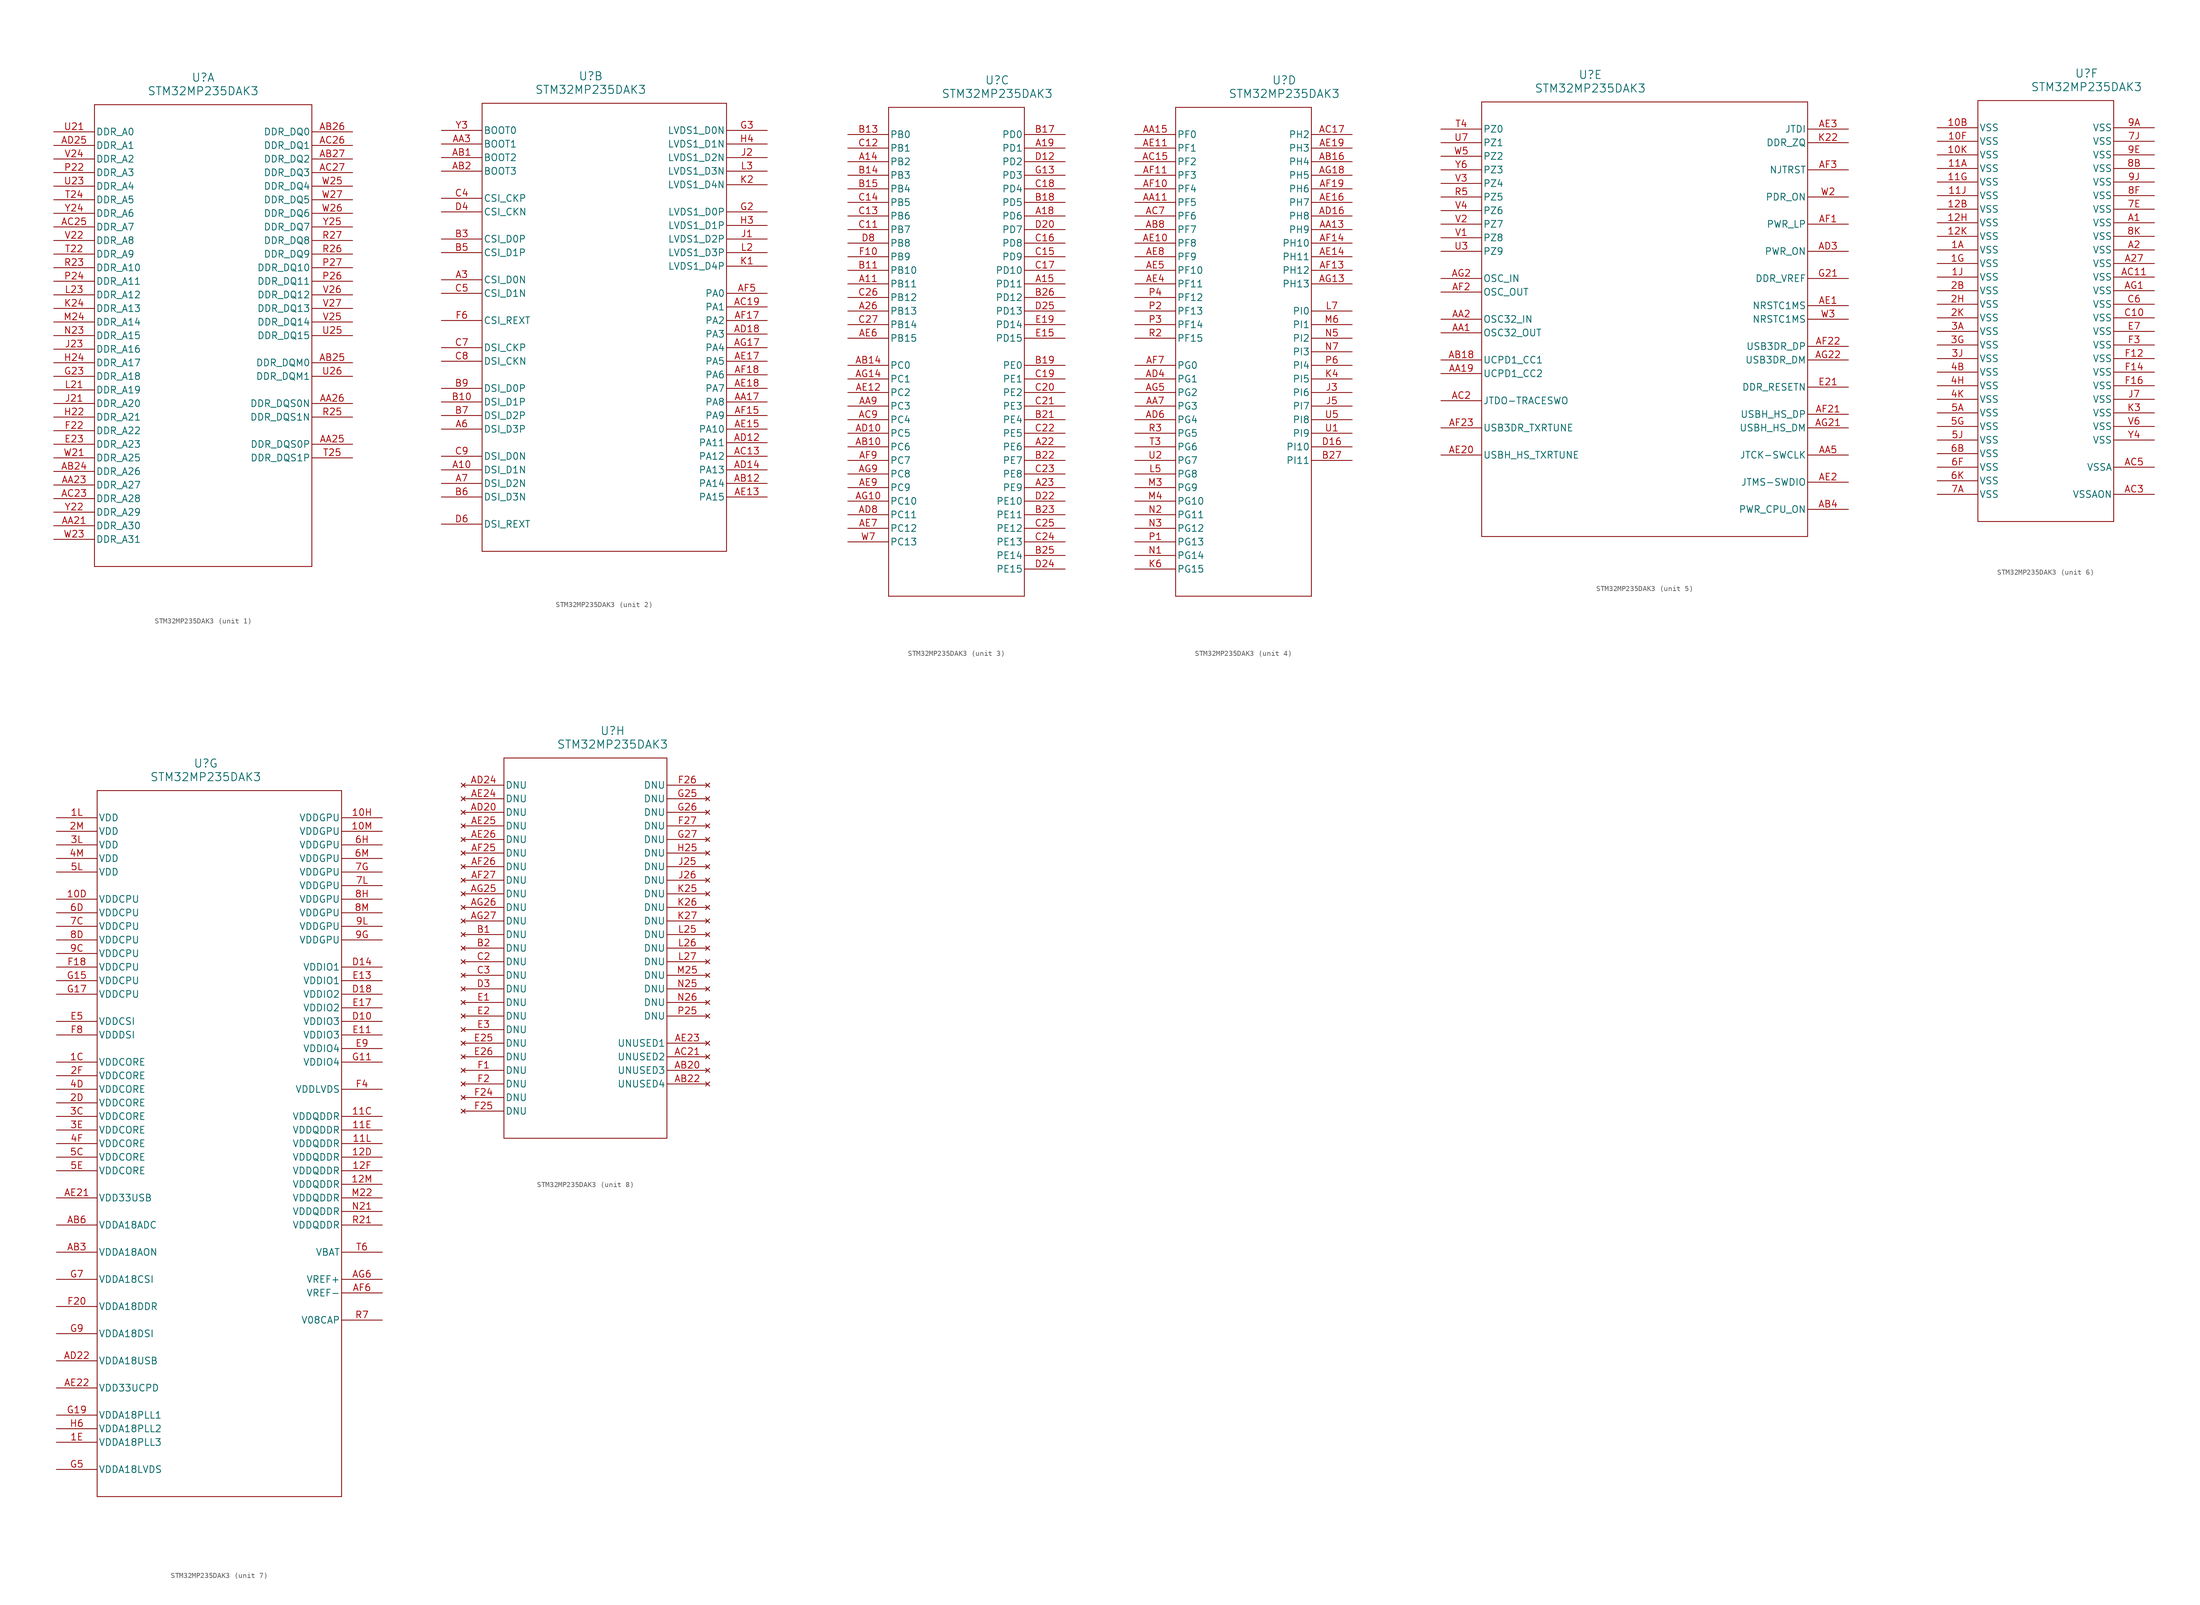
<source format=kicad_sym>
(kicad_symbol_lib
  (version 20211014)
  (generator kicad_symbol_editor)
  (symbol "STM32MP235DAK3"
    (pin_names
      (offset 0.254))
    (property "Reference" "U"
      (at 27.94 10.16 0)
      (effects (font (size 1.524 1.524))))
    (property "Value" "STM32MP235DAK3"
      (at 27.94 7.62 0)
      (effects (font (size 1.524 1.524))))
    (symbol "STM32MP235DAK3_1_1"
      (polyline (pts (xy 7.62 5.08) (xy 7.62 -81.28)) (stroke (width 0) (type default) (color 0 0 0 0)) (fill (type none)))
      (polyline (pts (xy 7.62 -81.28) (xy 48.26 -81.28)) (stroke (width 0) (type default) (color 0 0 0 0)) (fill (type none)))
      (polyline (pts (xy 48.26 -81.28) (xy 48.26 5.08)) (stroke (width 0) (type default) (color 0 0 0 0)) (fill (type none)))
      (polyline (pts (xy 48.26 5.08) (xy 7.62 5.08)) (stroke (width 0) (type default) (color 0 0 0 0)) (fill (type none)))
      (pin bidirectional line (at 0 -73.66 0) (length 7.62) (name "DDR_A30" (effects (font (size 1.27 1.27)))) (number "AA21" (effects (font (size 1.27 1.27)))))
      (pin bidirectional line (at 0 -66.04 0) (length 7.62) (name "DDR_A27" (effects (font (size 1.27 1.27)))) (number "AA23" (effects (font (size 1.27 1.27)))))
      (pin bidirectional line (at 55.88 -58.42 180) (length 7.62) (name "DDR_DQS0P" (effects (font (size 1.27 1.27)))) (number "AA25" (effects (font (size 1.27 1.27)))))
      (pin bidirectional line (at 55.88 -50.8 180) (length 7.62) (name "DDR_DQS0N" (effects (font (size 1.27 1.27)))) (number "AA26" (effects (font (size 1.27 1.27)))))
      (pin bidirectional line (at 0 -63.5 0) (length 7.62) (name "DDR_A26" (effects (font (size 1.27 1.27)))) (number "AB24" (effects (font (size 1.27 1.27)))))
      (pin bidirectional line (at 55.88 -43.18 180) (length 7.62) (name "DDR_DQM0" (effects (font (size 1.27 1.27)))) (number "AB25" (effects (font (size 1.27 1.27)))))
      (pin bidirectional line (at 55.88 0 180) (length 7.62) (name "DDR_DQ0" (effects (font (size 1.27 1.27)))) (number "AB26" (effects (font (size 1.27 1.27)))))
      (pin bidirectional line (at 55.88 -5.08 180) (length 7.62) (name "DDR_DQ2" (effects (font (size 1.27 1.27)))) (number "AB27" (effects (font (size 1.27 1.27)))))
      (pin bidirectional line (at 0 -68.58 0) (length 7.62) (name "DDR_A28" (effects (font (size 1.27 1.27)))) (number "AC23" (effects (font (size 1.27 1.27)))))
      (pin bidirectional line (at 0 -17.78 0) (length 7.62) (name "DDR_A7" (effects (font (size 1.27 1.27)))) (number "AC25" (effects (font (size 1.27 1.27)))))
      (pin bidirectional line (at 55.88 -2.54 180) (length 7.62) (name "DDR_DQ1" (effects (font (size 1.27 1.27)))) (number "AC26" (effects (font (size 1.27 1.27)))))
      (pin bidirectional line (at 55.88 -7.62 180) (length 7.62) (name "DDR_DQ3" (effects (font (size 1.27 1.27)))) (number "AC27" (effects (font (size 1.27 1.27)))))
      (pin bidirectional line (at 0 -2.54 0) (length 7.62) (name "DDR_A1" (effects (font (size 1.27 1.27)))) (number "AD25" (effects (font (size 1.27 1.27)))))
      (pin bidirectional line (at 0 -58.42 0) (length 7.62) (name "DDR_A23" (effects (font (size 1.27 1.27)))) (number "E23" (effects (font (size 1.27 1.27)))))
      (pin bidirectional line (at 0 -55.88 0) (length 7.62) (name "DDR_A22" (effects (font (size 1.27 1.27)))) (number "F22" (effects (font (size 1.27 1.27)))))
      (pin bidirectional line (at 0 -45.72 0) (length 7.62) (name "DDR_A18" (effects (font (size 1.27 1.27)))) (number "G23" (effects (font (size 1.27 1.27)))))
      (pin bidirectional line (at 0 -53.34 0) (length 7.62) (name "DDR_A21" (effects (font (size 1.27 1.27)))) (number "H22" (effects (font (size 1.27 1.27)))))
      (pin bidirectional line (at 0 -43.18 0) (length 7.62) (name "DDR_A17" (effects (font (size 1.27 1.27)))) (number "H24" (effects (font (size 1.27 1.27)))))
      (pin bidirectional line (at 0 -50.8 0) (length 7.62) (name "DDR_A20" (effects (font (size 1.27 1.27)))) (number "J21" (effects (font (size 1.27 1.27)))))
      (pin bidirectional line (at 0 -40.64 0) (length 7.62) (name "DDR_A16" (effects (font (size 1.27 1.27)))) (number "J23" (effects (font (size 1.27 1.27)))))
      (pin bidirectional line (at 0 -33.02 0) (length 7.62) (name "DDR_A13" (effects (font (size 1.27 1.27)))) (number "K24" (effects (font (size 1.27 1.27)))))
      (pin bidirectional line (at 0 -48.26 0) (length 7.62) (name "DDR_A19" (effects (font (size 1.27 1.27)))) (number "L21" (effects (font (size 1.27 1.27)))))
      (pin bidirectional line (at 0 -30.48 0) (length 7.62) (name "DDR_A12" (effects (font (size 1.27 1.27)))) (number "L23" (effects (font (size 1.27 1.27)))))
      (pin bidirectional line (at 0 -35.56 0) (length 7.62) (name "DDR_A14" (effects (font (size 1.27 1.27)))) (number "M24" (effects (font (size 1.27 1.27)))))
      (pin bidirectional line (at 0 -38.1 0) (length 7.62) (name "DDR_A15" (effects (font (size 1.27 1.27)))) (number "N23" (effects (font (size 1.27 1.27)))))
      (pin bidirectional line (at 0 -7.62 0) (length 7.62) (name "DDR_A3" (effects (font (size 1.27 1.27)))) (number "P22" (effects (font (size 1.27 1.27)))))
      (pin bidirectional line (at 0 -27.94 0) (length 7.62) (name "DDR_A11" (effects (font (size 1.27 1.27)))) (number "P24" (effects (font (size 1.27 1.27)))))
      (pin bidirectional line (at 55.88 -27.94 180) (length 7.62) (name "DDR_DQ11" (effects (font (size 1.27 1.27)))) (number "P26" (effects (font (size 1.27 1.27)))))
      (pin bidirectional line (at 55.88 -25.4 180) (length 7.62) (name "DDR_DQ10" (effects (font (size 1.27 1.27)))) (number "P27" (effects (font (size 1.27 1.27)))))
      (pin bidirectional line (at 0 -25.4 0) (length 7.62) (name "DDR_A10" (effects (font (size 1.27 1.27)))) (number "R23" (effects (font (size 1.27 1.27)))))
      (pin bidirectional line (at 55.88 -53.34 180) (length 7.62) (name "DDR_DQS1N" (effects (font (size 1.27 1.27)))) (number "R25" (effects (font (size 1.27 1.27)))))
      (pin bidirectional line (at 55.88 -22.86 180) (length 7.62) (name "DDR_DQ9" (effects (font (size 1.27 1.27)))) (number "R26" (effects (font (size 1.27 1.27)))))
      (pin bidirectional line (at 55.88 -20.32 180) (length 7.62) (name "DDR_DQ8" (effects (font (size 1.27 1.27)))) (number "R27" (effects (font (size 1.27 1.27)))))
      (pin bidirectional line (at 0 -22.86 0) (length 7.62) (name "DDR_A9" (effects (font (size 1.27 1.27)))) (number "T22" (effects (font (size 1.27 1.27)))))
      (pin bidirectional line (at 0 -12.7 0) (length 7.62) (name "DDR_A5" (effects (font (size 1.27 1.27)))) (number "T24" (effects (font (size 1.27 1.27)))))
      (pin bidirectional line (at 55.88 -60.96 180) (length 7.62) (name "DDR_DQS1P" (effects (font (size 1.27 1.27)))) (number "T25" (effects (font (size 1.27 1.27)))))
      (pin bidirectional line (at 0 0 0) (length 7.62) (name "DDR_A0" (effects (font (size 1.27 1.27)))) (number "U21" (effects (font (size 1.27 1.27)))))
      (pin bidirectional line (at 0 -10.16 0) (length 7.62) (name "DDR_A4" (effects (font (size 1.27 1.27)))) (number "U23" (effects (font (size 1.27 1.27)))))
      (pin bidirectional line (at 55.88 -38.1 180) (length 7.62) (name "DDR_DQ15" (effects (font (size 1.27 1.27)))) (number "U25" (effects (font (size 1.27 1.27)))))
      (pin bidirectional line (at 55.88 -45.72 180) (length 7.62) (name "DDR_DQM1" (effects (font (size 1.27 1.27)))) (number "U26" (effects (font (size 1.27 1.27)))))
      (pin bidirectional line (at 0 -20.32 0) (length 7.62) (name "DDR_A8" (effects (font (size 1.27 1.27)))) (number "V22" (effects (font (size 1.27 1.27)))))
      (pin bidirectional line (at 0 -5.08 0) (length 7.62) (name "DDR_A2" (effects (font (size 1.27 1.27)))) (number "V24" (effects (font (size 1.27 1.27)))))
      (pin bidirectional line (at 55.88 -35.56 180) (length 7.62) (name "DDR_DQ14" (effects (font (size 1.27 1.27)))) (number "V25" (effects (font (size 1.27 1.27)))))
      (pin bidirectional line (at 55.88 -30.48 180) (length 7.62) (name "DDR_DQ12" (effects (font (size 1.27 1.27)))) (number "V26" (effects (font (size 1.27 1.27)))))
      (pin bidirectional line (at 55.88 -33.02 180) (length 7.62) (name "DDR_DQ13" (effects (font (size 1.27 1.27)))) (number "V27" (effects (font (size 1.27 1.27)))))
      (pin bidirectional line (at 0 -60.96 0) (length 7.62) (name "DDR_A25" (effects (font (size 1.27 1.27)))) (number "W21" (effects (font (size 1.27 1.27)))))
      (pin bidirectional line (at 0 -76.2 0) (length 7.62) (name "DDR_A31" (effects (font (size 1.27 1.27)))) (number "W23" (effects (font (size 1.27 1.27)))))
      (pin bidirectional line (at 55.88 -10.16 180) (length 7.62) (name "DDR_DQ4" (effects (font (size 1.27 1.27)))) (number "W25" (effects (font (size 1.27 1.27)))))
      (pin bidirectional line (at 55.88 -15.24 180) (length 7.62) (name "DDR_DQ6" (effects (font (size 1.27 1.27)))) (number "W26" (effects (font (size 1.27 1.27)))))
      (pin bidirectional line (at 55.88 -12.7 180) (length 7.62) (name "DDR_DQ5" (effects (font (size 1.27 1.27)))) (number "W27" (effects (font (size 1.27 1.27)))))
      (pin bidirectional line (at 0 -71.12 0) (length 7.62) (name "DDR_A29" (effects (font (size 1.27 1.27)))) (number "Y22" (effects (font (size 1.27 1.27)))))
      (pin bidirectional line (at 0 -15.24 0) (length 7.62) (name "DDR_A6" (effects (font (size 1.27 1.27)))) (number "Y24" (effects (font (size 1.27 1.27)))))
      (pin bidirectional line (at 55.88 -17.78 180) (length 7.62) (name "DDR_DQ7" (effects (font (size 1.27 1.27)))) (number "Y25" (effects (font (size 1.27 1.27))))))
    (symbol "STM32MP235DAK3_2_1"
      (polyline (pts (xy 7.62 5.08) (xy 7.62 -78.74)) (stroke (width 0) (type default) (color 0 0 0 0)) (fill (type none)))
      (polyline (pts (xy 7.62 -78.74) (xy 53.34 -78.74)) (stroke (width 0) (type default) (color 0 0 0 0)) (fill (type none)))
      (polyline (pts (xy 53.34 -78.74) (xy 53.34 5.08)) (stroke (width 0) (type default) (color 0 0 0 0)) (fill (type none)))
      (polyline (pts (xy 53.34 5.08) (xy 7.62 5.08)) (stroke (width 0) (type default) (color 0 0 0 0)) (fill (type none)))
      (pin bidirectional line (at 0 -27.94 0) (length 7.62) (name "CSI_D0N" (effects (font (size 1.27 1.27)))) (number "A3" (effects (font (size 1.27 1.27)))))
      (pin bidirectional line (at 0 -55.88 0) (length 7.62) (name "DSI_D3P" (effects (font (size 1.27 1.27)))) (number "A6" (effects (font (size 1.27 1.27)))))
      (pin bidirectional line (at 0 -66.04 0) (length 7.62) (name "DSI_D2N" (effects (font (size 1.27 1.27)))) (number "A7" (effects (font (size 1.27 1.27)))))
      (pin bidirectional line (at 0 -63.5 0) (length 7.62) (name "DSI_D1N" (effects (font (size 1.27 1.27)))) (number "A10" (effects (font (size 1.27 1.27)))))
      (pin input line (at 0 -2.54 0) (length 7.62) (name "BOOT1" (effects (font (size 1.27 1.27)))) (number "AA3" (effects (font (size 1.27 1.27)))))
      (pin bidirectional line (at 60.96 -50.8 180) (length 7.62) (name "PA8" (effects (font (size 1.27 1.27)))) (number "AA17" (effects (font (size 1.27 1.27)))))
      (pin input line (at 0 -5.08 0) (length 7.62) (name "BOOT2" (effects (font (size 1.27 1.27)))) (number "AB1" (effects (font (size 1.27 1.27)))))
      (pin input line (at 0 -7.62 0) (length 7.62) (name "BOOT3" (effects (font (size 1.27 1.27)))) (number "AB2" (effects (font (size 1.27 1.27)))))
      (pin bidirectional line (at 60.96 -66.04 180) (length 7.62) (name "PA14" (effects (font (size 1.27 1.27)))) (number "AB12" (effects (font (size 1.27 1.27)))))
      (pin bidirectional line (at 60.96 -60.96 180) (length 7.62) (name "PA12" (effects (font (size 1.27 1.27)))) (number "AC13" (effects (font (size 1.27 1.27)))))
      (pin bidirectional line (at 60.96 -33.02 180) (length 7.62) (name "PA1" (effects (font (size 1.27 1.27)))) (number "AC19" (effects (font (size 1.27 1.27)))))
      (pin bidirectional line (at 60.96 -58.42 180) (length 7.62) (name "PA11" (effects (font (size 1.27 1.27)))) (number "AD12" (effects (font (size 1.27 1.27)))))
      (pin bidirectional line (at 60.96 -63.5 180) (length 7.62) (name "PA13" (effects (font (size 1.27 1.27)))) (number "AD14" (effects (font (size 1.27 1.27)))))
      (pin bidirectional line (at 60.96 -38.1 180) (length 7.62) (name "PA3" (effects (font (size 1.27 1.27)))) (number "AD18" (effects (font (size 1.27 1.27)))))
      (pin bidirectional line (at 60.96 -68.58 180) (length 7.62) (name "PA15" (effects (font (size 1.27 1.27)))) (number "AE13" (effects (font (size 1.27 1.27)))))
      (pin bidirectional line (at 60.96 -55.88 180) (length 7.62) (name "PA10" (effects (font (size 1.27 1.27)))) (number "AE15" (effects (font (size 1.27 1.27)))))
      (pin bidirectional line (at 60.96 -43.18 180) (length 7.62) (name "PA5" (effects (font (size 1.27 1.27)))) (number "AE17" (effects (font (size 1.27 1.27)))))
      (pin bidirectional line (at 60.96 -48.26 180) (length 7.62) (name "PA7" (effects (font (size 1.27 1.27)))) (number "AE18" (effects (font (size 1.27 1.27)))))
      (pin bidirectional line (at 60.96 -30.48 180) (length 7.62) (name "PA0" (effects (font (size 1.27 1.27)))) (number "AF5" (effects (font (size 1.27 1.27)))))
      (pin bidirectional line (at 60.96 -53.34 180) (length 7.62) (name "PA9" (effects (font (size 1.27 1.27)))) (number "AF15" (effects (font (size 1.27 1.27)))))
      (pin bidirectional line (at 60.96 -35.56 180) (length 7.62) (name "PA2" (effects (font (size 1.27 1.27)))) (number "AF17" (effects (font (size 1.27 1.27)))))
      (pin bidirectional line (at 60.96 -45.72 180) (length 7.62) (name "PA6" (effects (font (size 1.27 1.27)))) (number "AF18" (effects (font (size 1.27 1.27)))))
      (pin bidirectional line (at 60.96 -40.64 180) (length 7.62) (name "PA4" (effects (font (size 1.27 1.27)))) (number "AG17" (effects (font (size 1.27 1.27)))))
      (pin bidirectional line (at 0 -20.32 0) (length 7.62) (name "CSI_D0P" (effects (font (size 1.27 1.27)))) (number "B3" (effects (font (size 1.27 1.27)))))
      (pin bidirectional line (at 0 -22.86 0) (length 7.62) (name "CSI_D1P" (effects (font (size 1.27 1.27)))) (number "B5" (effects (font (size 1.27 1.27)))))
      (pin bidirectional line (at 0 -68.58 0) (length 7.62) (name "DSI_D3N" (effects (font (size 1.27 1.27)))) (number "B6" (effects (font (size 1.27 1.27)))))
      (pin bidirectional line (at 0 -53.34 0) (length 7.62) (name "DSI_D2P" (effects (font (size 1.27 1.27)))) (number "B7" (effects (font (size 1.27 1.27)))))
      (pin bidirectional line (at 0 -48.26 0) (length 7.62) (name "DSI_D0P" (effects (font (size 1.27 1.27)))) (number "B9" (effects (font (size 1.27 1.27)))))
      (pin bidirectional line (at 0 -50.8 0) (length 7.62) (name "DSI_D1P" (effects (font (size 1.27 1.27)))) (number "B10" (effects (font (size 1.27 1.27)))))
      (pin bidirectional line (at 0 -12.7 0) (length 7.62) (name "CSI_CKP" (effects (font (size 1.27 1.27)))) (number "C4" (effects (font (size 1.27 1.27)))))
      (pin bidirectional line (at 0 -30.48 0) (length 7.62) (name "CSI_D1N" (effects (font (size 1.27 1.27)))) (number "C5" (effects (font (size 1.27 1.27)))))
      (pin bidirectional line (at 0 -40.64 0) (length 7.62) (name "DSI_CKP" (effects (font (size 1.27 1.27)))) (number "C7" (effects (font (size 1.27 1.27)))))
      (pin bidirectional line (at 0 -43.18 0) (length 7.62) (name "DSI_CKN" (effects (font (size 1.27 1.27)))) (number "C8" (effects (font (size 1.27 1.27)))))
      (pin bidirectional line (at 0 -60.96 0) (length 7.62) (name "DSI_D0N" (effects (font (size 1.27 1.27)))) (number "C9" (effects (font (size 1.27 1.27)))))
      (pin bidirectional line (at 0 -15.24 0) (length 7.62) (name "CSI_CKN" (effects (font (size 1.27 1.27)))) (number "D4" (effects (font (size 1.27 1.27)))))
      (pin bidirectional line (at 0 -73.66 0) (length 7.62) (name "DSI_REXT" (effects (font (size 1.27 1.27)))) (number "D6" (effects (font (size 1.27 1.27)))))
      (pin bidirectional line (at 0 -35.56 0) (length 7.62) (name "CSI_REXT" (effects (font (size 1.27 1.27)))) (number "F6" (effects (font (size 1.27 1.27)))))
      (pin bidirectional line (at 60.96 -15.24 180) (length 7.62) (name "LVDS1_D0P" (effects (font (size 1.27 1.27)))) (number "G2" (effects (font (size 1.27 1.27)))))
      (pin bidirectional line (at 60.96 0 180) (length 7.62) (name "LVDS1_D0N" (effects (font (size 1.27 1.27)))) (number "G3" (effects (font (size 1.27 1.27)))))
      (pin bidirectional line (at 60.96 -17.78 180) (length 7.62) (name "LVDS1_D1P" (effects (font (size 1.27 1.27)))) (number "H3" (effects (font (size 1.27 1.27)))))
      (pin bidirectional line (at 60.96 -2.54 180) (length 7.62) (name "LVDS1_D1N" (effects (font (size 1.27 1.27)))) (number "H4" (effects (font (size 1.27 1.27)))))
      (pin bidirectional line (at 60.96 -20.32 180) (length 7.62) (name "LVDS1_D2P" (effects (font (size 1.27 1.27)))) (number "J1" (effects (font (size 1.27 1.27)))))
      (pin bidirectional line (at 60.96 -5.08 180) (length 7.62) (name "LVDS1_D2N" (effects (font (size 1.27 1.27)))) (number "J2" (effects (font (size 1.27 1.27)))))
      (pin bidirectional line (at 60.96 -25.4 180) (length 7.62) (name "LVDS1_D4P" (effects (font (size 1.27 1.27)))) (number "K1" (effects (font (size 1.27 1.27)))))
      (pin bidirectional line (at 60.96 -10.16 180) (length 7.62) (name "LVDS1_D4N" (effects (font (size 1.27 1.27)))) (number "K2" (effects (font (size 1.27 1.27)))))
      (pin bidirectional line (at 60.96 -22.86 180) (length 7.62) (name "LVDS1_D3P" (effects (font (size 1.27 1.27)))) (number "L2" (effects (font (size 1.27 1.27)))))
      (pin bidirectional line (at 60.96 -7.62 180) (length 7.62) (name "LVDS1_D3N" (effects (font (size 1.27 1.27)))) (number "L3" (effects (font (size 1.27 1.27)))))
      (pin input line (at 0 0 0) (length 7.62) (name "BOOT0" (effects (font (size 1.27 1.27)))) (number "Y3" (effects (font (size 1.27 1.27))))))
    (symbol "STM32MP235DAK3_3_1"
      (polyline (pts (xy 7.62 5.08) (xy 7.62 -86.36)) (stroke (width 0) (type default) (color 0 0 0 0)) (fill (type none)))
      (polyline (pts (xy 7.62 -86.36) (xy 33.02 -86.36)) (stroke (width 0) (type default) (color 0 0 0 0)) (fill (type none)))
      (polyline (pts (xy 33.02 -86.36) (xy 33.02 5.08)) (stroke (width 0) (type default) (color 0 0 0 0)) (fill (type none)))
      (polyline (pts (xy 33.02 5.08) (xy 7.62 5.08)) (stroke (width 0) (type default) (color 0 0 0 0)) (fill (type none)))
      (pin bidirectional line (at 0 -27.94 0) (length 7.62) (name "PB11" (effects (font (size 1.27 1.27)))) (number "A11" (effects (font (size 1.27 1.27)))))
      (pin bidirectional line (at 0 -5.08 0) (length 7.62) (name "PB2" (effects (font (size 1.27 1.27)))) (number "A14" (effects (font (size 1.27 1.27)))))
      (pin bidirectional line (at 40.64 -27.94 180) (length 7.62) (name "PD11" (effects (font (size 1.27 1.27)))) (number "A15" (effects (font (size 1.27 1.27)))))
      (pin bidirectional line (at 40.64 -15.24 180) (length 7.62) (name "PD6" (effects (font (size 1.27 1.27)))) (number "A18" (effects (font (size 1.27 1.27)))))
      (pin bidirectional line (at 40.64 -2.54 180) (length 7.62) (name "PD1" (effects (font (size 1.27 1.27)))) (number "A19" (effects (font (size 1.27 1.27)))))
      (pin bidirectional line (at 40.64 -58.42 180) (length 7.62) (name "PE6" (effects (font (size 1.27 1.27)))) (number "A22" (effects (font (size 1.27 1.27)))))
      (pin bidirectional line (at 40.64 -66.04 180) (length 7.62) (name "PE9" (effects (font (size 1.27 1.27)))) (number "A23" (effects (font (size 1.27 1.27)))))
      (pin bidirectional line (at 0 -33.02 0) (length 7.62) (name "PB13" (effects (font (size 1.27 1.27)))) (number "A26" (effects (font (size 1.27 1.27)))))
      (pin bidirectional line (at 0 -50.8 0) (length 7.62) (name "PC3" (effects (font (size 1.27 1.27)))) (number "AA9" (effects (font (size 1.27 1.27)))))
      (pin bidirectional line (at 0 -58.42 0) (length 7.62) (name "PC6" (effects (font (size 1.27 1.27)))) (number "AB10" (effects (font (size 1.27 1.27)))))
      (pin bidirectional line (at 0 -43.18 0) (length 7.62) (name "PC0" (effects (font (size 1.27 1.27)))) (number "AB14" (effects (font (size 1.27 1.27)))))
      (pin bidirectional line (at 0 -53.34 0) (length 7.62) (name "PC4" (effects (font (size 1.27 1.27)))) (number "AC9" (effects (font (size 1.27 1.27)))))
      (pin bidirectional line (at 0 -71.12 0) (length 7.62) (name "PC11" (effects (font (size 1.27 1.27)))) (number "AD8" (effects (font (size 1.27 1.27)))))
      (pin bidirectional line (at 0 -55.88 0) (length 7.62) (name "PC5" (effects (font (size 1.27 1.27)))) (number "AD10" (effects (font (size 1.27 1.27)))))
      (pin bidirectional line (at 0 -38.1 0) (length 7.62) (name "PB15" (effects (font (size 1.27 1.27)))) (number "AE6" (effects (font (size 1.27 1.27)))))
      (pin bidirectional line (at 0 -73.66 0) (length 7.62) (name "PC12" (effects (font (size 1.27 1.27)))) (number "AE7" (effects (font (size 1.27 1.27)))))
      (pin bidirectional line (at 0 -66.04 0) (length 7.62) (name "PC9" (effects (font (size 1.27 1.27)))) (number "AE9" (effects (font (size 1.27 1.27)))))
      (pin bidirectional line (at 0 -48.26 0) (length 7.62) (name "PC2" (effects (font (size 1.27 1.27)))) (number "AE12" (effects (font (size 1.27 1.27)))))
      (pin bidirectional line (at 0 -60.96 0) (length 7.62) (name "PC7" (effects (font (size 1.27 1.27)))) (number "AF9" (effects (font (size 1.27 1.27)))))
      (pin bidirectional line (at 0 -63.5 0) (length 7.62) (name "PC8" (effects (font (size 1.27 1.27)))) (number "AG9" (effects (font (size 1.27 1.27)))))
      (pin bidirectional line (at 0 -68.58 0) (length 7.62) (name "PC10" (effects (font (size 1.27 1.27)))) (number "AG10" (effects (font (size 1.27 1.27)))))
      (pin bidirectional line (at 0 -45.72 0) (length 7.62) (name "PC1" (effects (font (size 1.27 1.27)))) (number "AG14" (effects (font (size 1.27 1.27)))))
      (pin bidirectional line (at 0 -25.4 0) (length 7.62) (name "PB10" (effects (font (size 1.27 1.27)))) (number "B11" (effects (font (size 1.27 1.27)))))
      (pin bidirectional line (at 0 0 0) (length 7.62) (name "PB0" (effects (font (size 1.27 1.27)))) (number "B13" (effects (font (size 1.27 1.27)))))
      (pin bidirectional line (at 0 -7.62 0) (length 7.62) (name "PB3" (effects (font (size 1.27 1.27)))) (number "B14" (effects (font (size 1.27 1.27)))))
      (pin bidirectional line (at 0 -10.16 0) (length 7.62) (name "PB4" (effects (font (size 1.27 1.27)))) (number "B15" (effects (font (size 1.27 1.27)))))
      (pin bidirectional line (at 40.64 0 180) (length 7.62) (name "PD0" (effects (font (size 1.27 1.27)))) (number "B17" (effects (font (size 1.27 1.27)))))
      (pin bidirectional line (at 40.64 -12.7 180) (length 7.62) (name "PD5" (effects (font (size 1.27 1.27)))) (number "B18" (effects (font (size 1.27 1.27)))))
      (pin bidirectional line (at 40.64 -43.18 180) (length 7.62) (name "PE0" (effects (font (size 1.27 1.27)))) (number "B19" (effects (font (size 1.27 1.27)))))
      (pin bidirectional line (at 40.64 -53.34 180) (length 7.62) (name "PE4" (effects (font (size 1.27 1.27)))) (number "B21" (effects (font (size 1.27 1.27)))))
      (pin bidirectional line (at 40.64 -60.96 180) (length 7.62) (name "PE7" (effects (font (size 1.27 1.27)))) (number "B22" (effects (font (size 1.27 1.27)))))
      (pin bidirectional line (at 40.64 -71.12 180) (length 7.62) (name "PE11" (effects (font (size 1.27 1.27)))) (number "B23" (effects (font (size 1.27 1.27)))))
      (pin bidirectional line (at 40.64 -78.74 180) (length 7.62) (name "PE14" (effects (font (size 1.27 1.27)))) (number "B25" (effects (font (size 1.27 1.27)))))
      (pin bidirectional line (at 40.64 -30.48 180) (length 7.62) (name "PD12" (effects (font (size 1.27 1.27)))) (number "B26" (effects (font (size 1.27 1.27)))))
      (pin bidirectional line (at 0 -17.78 0) (length 7.62) (name "PB7" (effects (font (size 1.27 1.27)))) (number "C11" (effects (font (size 1.27 1.27)))))
      (pin bidirectional line (at 0 -2.54 0) (length 7.62) (name "PB1" (effects (font (size 1.27 1.27)))) (number "C12" (effects (font (size 1.27 1.27)))))
      (pin bidirectional line (at 0 -15.24 0) (length 7.62) (name "PB6" (effects (font (size 1.27 1.27)))) (number "C13" (effects (font (size 1.27 1.27)))))
      (pin bidirectional line (at 0 -12.7 0) (length 7.62) (name "PB5" (effects (font (size 1.27 1.27)))) (number "C14" (effects (font (size 1.27 1.27)))))
      (pin bidirectional line (at 40.64 -22.86 180) (length 7.62) (name "PD9" (effects (font (size 1.27 1.27)))) (number "C15" (effects (font (size 1.27 1.27)))))
      (pin bidirectional line (at 40.64 -20.32 180) (length 7.62) (name "PD8" (effects (font (size 1.27 1.27)))) (number "C16" (effects (font (size 1.27 1.27)))))
      (pin bidirectional line (at 40.64 -25.4 180) (length 7.62) (name "PD10" (effects (font (size 1.27 1.27)))) (number "C17" (effects (font (size 1.27 1.27)))))
      (pin bidirectional line (at 40.64 -10.16 180) (length 7.62) (name "PD4" (effects (font (size 1.27 1.27)))) (number "C18" (effects (font (size 1.27 1.27)))))
      (pin bidirectional line (at 40.64 -45.72 180) (length 7.62) (name "PE1" (effects (font (size 1.27 1.27)))) (number "C19" (effects (font (size 1.27 1.27)))))
      (pin bidirectional line (at 40.64 -48.26 180) (length 7.62) (name "PE2" (effects (font (size 1.27 1.27)))) (number "C20" (effects (font (size 1.27 1.27)))))
      (pin bidirectional line (at 40.64 -50.8 180) (length 7.62) (name "PE3" (effects (font (size 1.27 1.27)))) (number "C21" (effects (font (size 1.27 1.27)))))
      (pin bidirectional line (at 40.64 -55.88 180) (length 7.62) (name "PE5" (effects (font (size 1.27 1.27)))) (number "C22" (effects (font (size 1.27 1.27)))))
      (pin bidirectional line (at 40.64 -63.5 180) (length 7.62) (name "PE8" (effects (font (size 1.27 1.27)))) (number "C23" (effects (font (size 1.27 1.27)))))
      (pin bidirectional line (at 40.64 -76.2 180) (length 7.62) (name "PE13" (effects (font (size 1.27 1.27)))) (number "C24" (effects (font (size 1.27 1.27)))))
      (pin bidirectional line (at 40.64 -73.66 180) (length 7.62) (name "PE12" (effects (font (size 1.27 1.27)))) (number "C25" (effects (font (size 1.27 1.27)))))
      (pin bidirectional line (at 0 -30.48 0) (length 7.62) (name "PB12" (effects (font (size 1.27 1.27)))) (number "C26" (effects (font (size 1.27 1.27)))))
      (pin bidirectional line (at 0 -35.56 0) (length 7.62) (name "PB14" (effects (font (size 1.27 1.27)))) (number "C27" (effects (font (size 1.27 1.27)))))
      (pin bidirectional line (at 0 -20.32 0) (length 7.62) (name "PB8" (effects (font (size 1.27 1.27)))) (number "D8" (effects (font (size 1.27 1.27)))))
      (pin bidirectional line (at 40.64 -5.08 180) (length 7.62) (name "PD2" (effects (font (size 1.27 1.27)))) (number "D12" (effects (font (size 1.27 1.27)))))
      (pin bidirectional line (at 40.64 -17.78 180) (length 7.62) (name "PD7" (effects (font (size 1.27 1.27)))) (number "D20" (effects (font (size 1.27 1.27)))))
      (pin bidirectional line (at 40.64 -68.58 180) (length 7.62) (name "PE10" (effects (font (size 1.27 1.27)))) (number "D22" (effects (font (size 1.27 1.27)))))
      (pin bidirectional line (at 40.64 -81.28 180) (length 7.62) (name "PE15" (effects (font (size 1.27 1.27)))) (number "D24" (effects (font (size 1.27 1.27)))))
      (pin bidirectional line (at 40.64 -33.02 180) (length 7.62) (name "PD13" (effects (font (size 1.27 1.27)))) (number "D25" (effects (font (size 1.27 1.27)))))
      (pin bidirectional line (at 40.64 -38.1 180) (length 7.62) (name "PD15" (effects (font (size 1.27 1.27)))) (number "E15" (effects (font (size 1.27 1.27)))))
      (pin bidirectional line (at 40.64 -35.56 180) (length 7.62) (name "PD14" (effects (font (size 1.27 1.27)))) (number "E19" (effects (font (size 1.27 1.27)))))
      (pin bidirectional line (at 0 -22.86 0) (length 7.62) (name "PB9" (effects (font (size 1.27 1.27)))) (number "F10" (effects (font (size 1.27 1.27)))))
      (pin bidirectional line (at 40.64 -7.62 180) (length 7.62) (name "PD3" (effects (font (size 1.27 1.27)))) (number "G13" (effects (font (size 1.27 1.27)))))
      (pin bidirectional line (at 0 -76.2 0) (length 7.62) (name "PC13" (effects (font (size 1.27 1.27)))) (number "W7" (effects (font (size 1.27 1.27))))))
    (symbol "STM32MP235DAK3_4_1"
      (polyline (pts (xy 7.62 5.08) (xy 7.62 -86.36)) (stroke (width 0) (type default) (color 0 0 0 0)) (fill (type none)))
      (polyline (pts (xy 7.62 -86.36) (xy 33.02 -86.36)) (stroke (width 0) (type default) (color 0 0 0 0)) (fill (type none)))
      (polyline (pts (xy 33.02 -86.36) (xy 33.02 5.08)) (stroke (width 0) (type default) (color 0 0 0 0)) (fill (type none)))
      (polyline (pts (xy 33.02 5.08) (xy 7.62 5.08)) (stroke (width 0) (type default) (color 0 0 0 0)) (fill (type none)))
      (pin bidirectional line (at 0 -50.8 0) (length 7.62) (name "PG3" (effects (font (size 1.27 1.27)))) (number "AA7" (effects (font (size 1.27 1.27)))))
      (pin bidirectional line (at 0 -12.7 0) (length 7.62) (name "PF5" (effects (font (size 1.27 1.27)))) (number "AA11" (effects (font (size 1.27 1.27)))))
      (pin bidirectional line (at 40.64 -17.78 180) (length 7.62) (name "PH9" (effects (font (size 1.27 1.27)))) (number "AA13" (effects (font (size 1.27 1.27)))))
      (pin bidirectional line (at 0 0 0) (length 7.62) (name "PF0" (effects (font (size 1.27 1.27)))) (number "AA15" (effects (font (size 1.27 1.27)))))
      (pin bidirectional line (at 0 -17.78 0) (length 7.62) (name "PF7" (effects (font (size 1.27 1.27)))) (number "AB8" (effects (font (size 1.27 1.27)))))
      (pin bidirectional line (at 40.64 -5.08 180) (length 7.62) (name "PH4" (effects (font (size 1.27 1.27)))) (number "AB16" (effects (font (size 1.27 1.27)))))
      (pin bidirectional line (at 0 -15.24 0) (length 7.62) (name "PF6" (effects (font (size 1.27 1.27)))) (number "AC7" (effects (font (size 1.27 1.27)))))
      (pin bidirectional line (at 0 -5.08 0) (length 7.62) (name "PF2" (effects (font (size 1.27 1.27)))) (number "AC15" (effects (font (size 1.27 1.27)))))
      (pin bidirectional line (at 40.64 0 180) (length 7.62) (name "PH2" (effects (font (size 1.27 1.27)))) (number "AC17" (effects (font (size 1.27 1.27)))))
      (pin bidirectional line (at 0 -45.72 0) (length 7.62) (name "PG1" (effects (font (size 1.27 1.27)))) (number "AD4" (effects (font (size 1.27 1.27)))))
      (pin bidirectional line (at 0 -53.34 0) (length 7.62) (name "PG4" (effects (font (size 1.27 1.27)))) (number "AD6" (effects (font (size 1.27 1.27)))))
      (pin bidirectional line (at 40.64 -15.24 180) (length 7.62) (name "PH8" (effects (font (size 1.27 1.27)))) (number "AD16" (effects (font (size 1.27 1.27)))))
      (pin bidirectional line (at 0 -27.94 0) (length 7.62) (name "PF11" (effects (font (size 1.27 1.27)))) (number "AE4" (effects (font (size 1.27 1.27)))))
      (pin bidirectional line (at 0 -25.4 0) (length 7.62) (name "PF10" (effects (font (size 1.27 1.27)))) (number "AE5" (effects (font (size 1.27 1.27)))))
      (pin bidirectional line (at 0 -22.86 0) (length 7.62) (name "PF9" (effects (font (size 1.27 1.27)))) (number "AE8" (effects (font (size 1.27 1.27)))))
      (pin bidirectional line (at 0 -20.32 0) (length 7.62) (name "PF8" (effects (font (size 1.27 1.27)))) (number "AE10" (effects (font (size 1.27 1.27)))))
      (pin bidirectional line (at 0 -2.54 0) (length 7.62) (name "PF1" (effects (font (size 1.27 1.27)))) (number "AE11" (effects (font (size 1.27 1.27)))))
      (pin bidirectional line (at 40.64 -22.86 180) (length 7.62) (name "PH11" (effects (font (size 1.27 1.27)))) (number "AE14" (effects (font (size 1.27 1.27)))))
      (pin bidirectional line (at 40.64 -12.7 180) (length 7.62) (name "PH7" (effects (font (size 1.27 1.27)))) (number "AE16" (effects (font (size 1.27 1.27)))))
      (pin bidirectional line (at 40.64 -2.54 180) (length 7.62) (name "PH3" (effects (font (size 1.27 1.27)))) (number "AE19" (effects (font (size 1.27 1.27)))))
      (pin bidirectional line (at 0 -43.18 0) (length 7.62) (name "PG0" (effects (font (size 1.27 1.27)))) (number "AF7" (effects (font (size 1.27 1.27)))))
      (pin bidirectional line (at 0 -10.16 0) (length 7.62) (name "PF4" (effects (font (size 1.27 1.27)))) (number "AF10" (effects (font (size 1.27 1.27)))))
      (pin bidirectional line (at 0 -7.62 0) (length 7.62) (name "PF3" (effects (font (size 1.27 1.27)))) (number "AF11" (effects (font (size 1.27 1.27)))))
      (pin bidirectional line (at 40.64 -25.4 180) (length 7.62) (name "PH12" (effects (font (size 1.27 1.27)))) (number "AF13" (effects (font (size 1.27 1.27)))))
      (pin bidirectional line (at 40.64 -20.32 180) (length 7.62) (name "PH10" (effects (font (size 1.27 1.27)))) (number "AF14" (effects (font (size 1.27 1.27)))))
      (pin bidirectional line (at 40.64 -10.16 180) (length 7.62) (name "PH6" (effects (font (size 1.27 1.27)))) (number "AF19" (effects (font (size 1.27 1.27)))))
      (pin bidirectional line (at 0 -48.26 0) (length 7.62) (name "PG2" (effects (font (size 1.27 1.27)))) (number "AG5" (effects (font (size 1.27 1.27)))))
      (pin bidirectional line (at 40.64 -27.94 180) (length 7.62) (name "PH13" (effects (font (size 1.27 1.27)))) (number "AG13" (effects (font (size 1.27 1.27)))))
      (pin bidirectional line (at 40.64 -7.62 180) (length 7.62) (name "PH5" (effects (font (size 1.27 1.27)))) (number "AG18" (effects (font (size 1.27 1.27)))))
      (pin bidirectional line (at 40.64 -60.96 180) (length 7.62) (name "PI11" (effects (font (size 1.27 1.27)))) (number "B27" (effects (font (size 1.27 1.27)))))
      (pin bidirectional line (at 40.64 -58.42 180) (length 7.62) (name "PI10" (effects (font (size 1.27 1.27)))) (number "D16" (effects (font (size 1.27 1.27)))))
      (pin bidirectional line (at 40.64 -48.26 180) (length 7.62) (name "PI6" (effects (font (size 1.27 1.27)))) (number "J3" (effects (font (size 1.27 1.27)))))
      (pin bidirectional line (at 40.64 -50.8 180) (length 7.62) (name "PI7" (effects (font (size 1.27 1.27)))) (number "J5" (effects (font (size 1.27 1.27)))))
      (pin bidirectional line (at 40.64 -45.72 180) (length 7.62) (name "PI5" (effects (font (size 1.27 1.27)))) (number "K4" (effects (font (size 1.27 1.27)))))
      (pin bidirectional line (at 0 -81.28 0) (length 7.62) (name "PG15" (effects (font (size 1.27 1.27)))) (number "K6" (effects (font (size 1.27 1.27)))))
      (pin bidirectional line (at 0 -63.5 0) (length 7.62) (name "PG8" (effects (font (size 1.27 1.27)))) (number "L5" (effects (font (size 1.27 1.27)))))
      (pin bidirectional line (at 40.64 -33.02 180) (length 7.62) (name "PI0" (effects (font (size 1.27 1.27)))) (number "L7" (effects (font (size 1.27 1.27)))))
      (pin bidirectional line (at 0 -66.04 0) (length 7.62) (name "PG9" (effects (font (size 1.27 1.27)))) (number "M3" (effects (font (size 1.27 1.27)))))
      (pin bidirectional line (at 0 -68.58 0) (length 7.62) (name "PG10" (effects (font (size 1.27 1.27)))) (number "M4" (effects (font (size 1.27 1.27)))))
      (pin bidirectional line (at 40.64 -35.56 180) (length 7.62) (name "PI1" (effects (font (size 1.27 1.27)))) (number "M6" (effects (font (size 1.27 1.27)))))
      (pin bidirectional line (at 0 -78.74 0) (length 7.62) (name "PG14" (effects (font (size 1.27 1.27)))) (number "N1" (effects (font (size 1.27 1.27)))))
      (pin bidirectional line (at 0 -71.12 0) (length 7.62) (name "PG11" (effects (font (size 1.27 1.27)))) (number "N2" (effects (font (size 1.27 1.27)))))
      (pin bidirectional line (at 0 -73.66 0) (length 7.62) (name "PG12" (effects (font (size 1.27 1.27)))) (number "N3" (effects (font (size 1.27 1.27)))))
      (pin bidirectional line (at 40.64 -38.1 180) (length 7.62) (name "PI2" (effects (font (size 1.27 1.27)))) (number "N5" (effects (font (size 1.27 1.27)))))
      (pin bidirectional line (at 40.64 -40.64 180) (length 7.62) (name "PI3" (effects (font (size 1.27 1.27)))) (number "N7" (effects (font (size 1.27 1.27)))))
      (pin bidirectional line (at 0 -76.2 0) (length 7.62) (name "PG13" (effects (font (size 1.27 1.27)))) (number "P1" (effects (font (size 1.27 1.27)))))
      (pin bidirectional line (at 0 -33.02 0) (length 7.62) (name "PF13" (effects (font (size 1.27 1.27)))) (number "P2" (effects (font (size 1.27 1.27)))))
      (pin bidirectional line (at 0 -35.56 0) (length 7.62) (name "PF14" (effects (font (size 1.27 1.27)))) (number "P3" (effects (font (size 1.27 1.27)))))
      (pin bidirectional line (at 0 -30.48 0) (length 7.62) (name "PF12" (effects (font (size 1.27 1.27)))) (number "P4" (effects (font (size 1.27 1.27)))))
      (pin bidirectional line (at 40.64 -43.18 180) (length 7.62) (name "PI4" (effects (font (size 1.27 1.27)))) (number "P6" (effects (font (size 1.27 1.27)))))
      (pin bidirectional line (at 0 -38.1 0) (length 7.62) (name "PF15" (effects (font (size 1.27 1.27)))) (number "R2" (effects (font (size 1.27 1.27)))))
      (pin bidirectional line (at 0 -55.88 0) (length 7.62) (name "PG5" (effects (font (size 1.27 1.27)))) (number "R3" (effects (font (size 1.27 1.27)))))
      (pin bidirectional line (at 0 -58.42 0) (length 7.62) (name "PG6" (effects (font (size 1.27 1.27)))) (number "T3" (effects (font (size 1.27 1.27)))))
      (pin bidirectional line (at 40.64 -55.88 180) (length 7.62) (name "PI9" (effects (font (size 1.27 1.27)))) (number "U1" (effects (font (size 1.27 1.27)))))
      (pin bidirectional line (at 0 -60.96 0) (length 7.62) (name "PG7" (effects (font (size 1.27 1.27)))) (number "U2" (effects (font (size 1.27 1.27)))))
      (pin bidirectional line (at 40.64 -53.34 180) (length 7.62) (name "PI8" (effects (font (size 1.27 1.27)))) (number "U5" (effects (font (size 1.27 1.27))))))
    (symbol "STM32MP235DAK3_5_1"
      (polyline (pts (xy 7.62 5.08) (xy 7.62 -76.2)) (stroke (width 0) (type default) (color 0 0 0 0)) (fill (type none)))
      (polyline (pts (xy 7.62 -76.2) (xy 68.58 -76.2)) (stroke (width 0) (type default) (color 0 0 0 0)) (fill (type none)))
      (polyline (pts (xy 68.58 -76.2) (xy 68.58 5.08)) (stroke (width 0) (type default) (color 0 0 0 0)) (fill (type none)))
      (polyline (pts (xy 68.58 5.08) (xy 7.62 5.08)) (stroke (width 0) (type default) (color 0 0 0 0)) (fill (type none)))
      (pin output line (at 0 -38.1 0) (length 7.62) (name "OSC32_OUT" (effects (font (size 1.27 1.27)))) (number "AA1" (effects (font (size 1.27 1.27)))))
      (pin input line (at 0 -35.56 0) (length 7.62) (name "OSC32_IN" (effects (font (size 1.27 1.27)))) (number "AA2" (effects (font (size 1.27 1.27)))))
      (pin bidirectional line (at 76.2 -60.96 180) (length 7.62) (name "JTCK-SWCLK" (effects (font (size 1.27 1.27)))) (number "AA5" (effects (font (size 1.27 1.27)))))
      (pin bidirectional line (at 0 -45.72 0) (length 7.62) (name "UCPD1_CC2" (effects (font (size 1.27 1.27)))) (number "AA19" (effects (font (size 1.27 1.27)))))
      (pin bidirectional line (at 76.2 -71.12 180) (length 7.62) (name "PWR_CPU_ON" (effects (font (size 1.27 1.27)))) (number "AB4" (effects (font (size 1.27 1.27)))))
      (pin bidirectional line (at 0 -43.18 0) (length 7.62) (name "UCPD1_CC1" (effects (font (size 1.27 1.27)))) (number "AB18" (effects (font (size 1.27 1.27)))))
      (pin bidirectional line (at 0 -50.8 0) (length 7.62) (name "JTDO-TRACESWO" (effects (font (size 1.27 1.27)))) (number "AC2" (effects (font (size 1.27 1.27)))))
      (pin bidirectional line (at 76.2 -22.86 180) (length 7.62) (name "PWR_ON" (effects (font (size 1.27 1.27)))) (number "AD3" (effects (font (size 1.27 1.27)))))
      (pin bidirectional line (at 76.2 -33.02 180) (length 7.62) (name "NRSTC1MS" (effects (font (size 1.27 1.27)))) (number "AE1" (effects (font (size 1.27 1.27)))))
      (pin bidirectional line (at 76.2 -66.04 180) (length 7.62) (name "JTMS-SWDIO" (effects (font (size 1.27 1.27)))) (number "AE2" (effects (font (size 1.27 1.27)))))
      (pin bidirectional line (at 76.2 0 180) (length 7.62) (name "JTDI" (effects (font (size 1.27 1.27)))) (number "AE3" (effects (font (size 1.27 1.27)))))
      (pin bidirectional line (at 0 -60.96 0) (length 7.62) (name "USBH_HS_TXRTUNE" (effects (font (size 1.27 1.27)))) (number "AE20" (effects (font (size 1.27 1.27)))))
      (pin bidirectional line (at 76.2 -17.78 180) (length 7.62) (name "PWR_LP" (effects (font (size 1.27 1.27)))) (number "AF1" (effects (font (size 1.27 1.27)))))
      (pin output line (at 0 -30.48 0) (length 7.62) (name "OSC_OUT" (effects (font (size 1.27 1.27)))) (number "AF2" (effects (font (size 1.27 1.27)))))
      (pin bidirectional line (at 76.2 -7.62 180) (length 7.62) (name "NJTRST" (effects (font (size 1.27 1.27)))) (number "AF3" (effects (font (size 1.27 1.27)))))
      (pin bidirectional line (at 76.2 -53.34 180) (length 7.62) (name "USBH_HS_DP" (effects (font (size 1.27 1.27)))) (number "AF21" (effects (font (size 1.27 1.27)))))
      (pin bidirectional line (at 76.2 -40.64 180) (length 7.62) (name "USB3DR_DP" (effects (font (size 1.27 1.27)))) (number "AF22" (effects (font (size 1.27 1.27)))))
      (pin bidirectional line (at 0 -55.88 0) (length 7.62) (name "USB3DR_TXRTUNE" (effects (font (size 1.27 1.27)))) (number "AF23" (effects (font (size 1.27 1.27)))))
      (pin input line (at 0 -27.94 0) (length 7.62) (name "OSC_IN" (effects (font (size 1.27 1.27)))) (number "AG2" (effects (font (size 1.27 1.27)))))
      (pin bidirectional line (at 76.2 -55.88 180) (length 7.62) (name "USBH_HS_DM" (effects (font (size 1.27 1.27)))) (number "AG21" (effects (font (size 1.27 1.27)))))
      (pin bidirectional line (at 76.2 -43.18 180) (length 7.62) (name "USB3DR_DM" (effects (font (size 1.27 1.27)))) (number "AG22" (effects (font (size 1.27 1.27)))))
      (pin bidirectional line (at 76.2 -48.26 180) (length 7.62) (name "DDR_RESETN" (effects (font (size 1.27 1.27)))) (number "E21" (effects (font (size 1.27 1.27)))))
      (pin bidirectional line (at 76.2 -27.94 180) (length 7.62) (name "DDR_VREF" (effects (font (size 1.27 1.27)))) (number "G21" (effects (font (size 1.27 1.27)))))
      (pin bidirectional line (at 76.2 -2.54 180) (length 7.62) (name "DDR_ZQ" (effects (font (size 1.27 1.27)))) (number "K22" (effects (font (size 1.27 1.27)))))
      (pin bidirectional line (at 0 -12.7 0) (length 7.62) (name "PZ5" (effects (font (size 1.27 1.27)))) (number "R5" (effects (font (size 1.27 1.27)))))
      (pin bidirectional line (at 0 0 0) (length 7.62) (name "PZ0" (effects (font (size 1.27 1.27)))) (number "T4" (effects (font (size 1.27 1.27)))))
      (pin bidirectional line (at 0 -22.86 0) (length 7.62) (name "PZ9" (effects (font (size 1.27 1.27)))) (number "U3" (effects (font (size 1.27 1.27)))))
      (pin bidirectional line (at 0 -2.54 0) (length 7.62) (name "PZ1" (effects (font (size 1.27 1.27)))) (number "U7" (effects (font (size 1.27 1.27)))))
      (pin bidirectional line (at 0 -20.32 0) (length 7.62) (name "PZ8" (effects (font (size 1.27 1.27)))) (number "V1" (effects (font (size 1.27 1.27)))))
      (pin bidirectional line (at 0 -17.78 0) (length 7.62) (name "PZ7" (effects (font (size 1.27 1.27)))) (number "V2" (effects (font (size 1.27 1.27)))))
      (pin bidirectional line (at 0 -10.16 0) (length 7.62) (name "PZ4" (effects (font (size 1.27 1.27)))) (number "V3" (effects (font (size 1.27 1.27)))))
      (pin bidirectional line (at 0 -15.24 0) (length 7.62) (name "PZ6" (effects (font (size 1.27 1.27)))) (number "V4" (effects (font (size 1.27 1.27)))))
      (pin bidirectional line (at 76.2 -12.7 180) (length 7.62) (name "PDR_ON" (effects (font (size 1.27 1.27)))) (number "W2" (effects (font (size 1.27 1.27)))))
      (pin bidirectional line (at 76.2 -35.56 180) (length 7.62) (name "NRSTC1MS" (effects (font (size 1.27 1.27)))) (number "W3" (effects (font (size 1.27 1.27)))))
      (pin bidirectional line (at 0 -5.08 0) (length 7.62) (name "PZ2" (effects (font (size 1.27 1.27)))) (number "W5" (effects (font (size 1.27 1.27)))))
      (pin bidirectional line (at 0 -7.62 0) (length 7.62) (name "PZ3" (effects (font (size 1.27 1.27)))) (number "Y6" (effects (font (size 1.27 1.27))))))
    (symbol "STM32MP235DAK3_6_1"
      (polyline (pts (xy 7.62 5.08) (xy 7.62 -73.66)) (stroke (width 0) (type default) (color 0 0 0 0)) (fill (type none)))
      (polyline (pts (xy 7.62 -73.66) (xy 33.02 -73.66)) (stroke (width 0) (type default) (color 0 0 0 0)) (fill (type none)))
      (polyline (pts (xy 33.02 -73.66) (xy 33.02 5.08)) (stroke (width 0) (type default) (color 0 0 0 0)) (fill (type none)))
      (polyline (pts (xy 33.02 5.08) (xy 7.62 5.08)) (stroke (width 0) (type default) (color 0 0 0 0)) (fill (type none)))
      (pin power_in line (at 0 0 0) (length 7.62) (name "VSS" (effects (font (size 1.27 1.27)))) (number "10B" (effects (font (size 1.27 1.27)))))
      (pin power_in line (at 0 -2.54 0) (length 7.62) (name "VSS" (effects (font (size 1.27 1.27)))) (number "10F" (effects (font (size 1.27 1.27)))))
      (pin power_in line (at 0 -5.08 0) (length 7.62) (name "VSS" (effects (font (size 1.27 1.27)))) (number "10K" (effects (font (size 1.27 1.27)))))
      (pin power_in line (at 0 -7.62 0) (length 7.62) (name "VSS" (effects (font (size 1.27 1.27)))) (number "11A" (effects (font (size 1.27 1.27)))))
      (pin power_in line (at 0 -10.16 0) (length 7.62) (name "VSS" (effects (font (size 1.27 1.27)))) (number "11G" (effects (font (size 1.27 1.27)))))
      (pin power_in line (at 0 -12.7 0) (length 7.62) (name "VSS" (effects (font (size 1.27 1.27)))) (number "11J" (effects (font (size 1.27 1.27)))))
      (pin power_in line (at 0 -15.24 0) (length 7.62) (name "VSS" (effects (font (size 1.27 1.27)))) (number "12B" (effects (font (size 1.27 1.27)))))
      (pin power_in line (at 0 -17.78 0) (length 7.62) (name "VSS" (effects (font (size 1.27 1.27)))) (number "12H" (effects (font (size 1.27 1.27)))))
      (pin power_in line (at 0 -20.32 0) (length 7.62) (name "VSS" (effects (font (size 1.27 1.27)))) (number "12K" (effects (font (size 1.27 1.27)))))
      (pin power_in line (at 0 -22.86 0) (length 7.62) (name "VSS" (effects (font (size 1.27 1.27)))) (number "1A" (effects (font (size 1.27 1.27)))))
      (pin power_in line (at 0 -25.4 0) (length 7.62) (name "VSS" (effects (font (size 1.27 1.27)))) (number "1G" (effects (font (size 1.27 1.27)))))
      (pin power_in line (at 0 -27.94 0) (length 7.62) (name "VSS" (effects (font (size 1.27 1.27)))) (number "1J" (effects (font (size 1.27 1.27)))))
      (pin power_in line (at 0 -30.48 0) (length 7.62) (name "VSS" (effects (font (size 1.27 1.27)))) (number "2B" (effects (font (size 1.27 1.27)))))
      (pin power_in line (at 0 -33.02 0) (length 7.62) (name "VSS" (effects (font (size 1.27 1.27)))) (number "2H" (effects (font (size 1.27 1.27)))))
      (pin power_in line (at 0 -35.56 0) (length 7.62) (name "VSS" (effects (font (size 1.27 1.27)))) (number "2K" (effects (font (size 1.27 1.27)))))
      (pin power_in line (at 0 -38.1 0) (length 7.62) (name "VSS" (effects (font (size 1.27 1.27)))) (number "3A" (effects (font (size 1.27 1.27)))))
      (pin power_in line (at 0 -40.64 0) (length 7.62) (name "VSS" (effects (font (size 1.27 1.27)))) (number "3G" (effects (font (size 1.27 1.27)))))
      (pin power_in line (at 0 -43.18 0) (length 7.62) (name "VSS" (effects (font (size 1.27 1.27)))) (number "3J" (effects (font (size 1.27 1.27)))))
      (pin power_in line (at 0 -45.72 0) (length 7.62) (name "VSS" (effects (font (size 1.27 1.27)))) (number "4B" (effects (font (size 1.27 1.27)))))
      (pin power_in line (at 0 -48.26 0) (length 7.62) (name "VSS" (effects (font (size 1.27 1.27)))) (number "4H" (effects (font (size 1.27 1.27)))))
      (pin power_in line (at 0 -50.8 0) (length 7.62) (name "VSS" (effects (font (size 1.27 1.27)))) (number "4K" (effects (font (size 1.27 1.27)))))
      (pin power_in line (at 0 -53.34 0) (length 7.62) (name "VSS" (effects (font (size 1.27 1.27)))) (number "5A" (effects (font (size 1.27 1.27)))))
      (pin power_in line (at 0 -55.88 0) (length 7.62) (name "VSS" (effects (font (size 1.27 1.27)))) (number "5G" (effects (font (size 1.27 1.27)))))
      (pin power_in line (at 0 -58.42 0) (length 7.62) (name "VSS" (effects (font (size 1.27 1.27)))) (number "5J" (effects (font (size 1.27 1.27)))))
      (pin power_in line (at 0 -60.96 0) (length 7.62) (name "VSS" (effects (font (size 1.27 1.27)))) (number "6B" (effects (font (size 1.27 1.27)))))
      (pin power_in line (at 0 -63.5 0) (length 7.62) (name "VSS" (effects (font (size 1.27 1.27)))) (number "6F" (effects (font (size 1.27 1.27)))))
      (pin power_in line (at 0 -66.04 0) (length 7.62) (name "VSS" (effects (font (size 1.27 1.27)))) (number "6K" (effects (font (size 1.27 1.27)))))
      (pin power_in line (at 0 -68.58 0) (length 7.62) (name "VSS" (effects (font (size 1.27 1.27)))) (number "7A" (effects (font (size 1.27 1.27)))))
      (pin power_in line (at 40.64 -15.24 180) (length 7.62) (name "VSS" (effects (font (size 1.27 1.27)))) (number "7E" (effects (font (size 1.27 1.27)))))
      (pin power_in line (at 40.64 -2.54 180) (length 7.62) (name "VSS" (effects (font (size 1.27 1.27)))) (number "7J" (effects (font (size 1.27 1.27)))))
      (pin power_in line (at 40.64 -7.62 180) (length 7.62) (name "VSS" (effects (font (size 1.27 1.27)))) (number "8B" (effects (font (size 1.27 1.27)))))
      (pin power_in line (at 40.64 -12.7 180) (length 7.62) (name "VSS" (effects (font (size 1.27 1.27)))) (number "8F" (effects (font (size 1.27 1.27)))))
      (pin power_in line (at 40.64 -20.32 180) (length 7.62) (name "VSS" (effects (font (size 1.27 1.27)))) (number "8K" (effects (font (size 1.27 1.27)))))
      (pin power_in line (at 40.64 0 180) (length 7.62) (name "VSS" (effects (font (size 1.27 1.27)))) (number "9A" (effects (font (size 1.27 1.27)))))
      (pin power_in line (at 40.64 -5.08 180) (length 7.62) (name "VSS" (effects (font (size 1.27 1.27)))) (number "9E" (effects (font (size 1.27 1.27)))))
      (pin power_in line (at 40.64 -10.16 180) (length 7.62) (name "VSS" (effects (font (size 1.27 1.27)))) (number "9J" (effects (font (size 1.27 1.27)))))
      (pin power_in line (at 40.64 -17.78 180) (length 7.62) (name "VSS" (effects (font (size 1.27 1.27)))) (number "A1" (effects (font (size 1.27 1.27)))))
      (pin power_in line (at 40.64 -22.86 180) (length 7.62) (name "VSS" (effects (font (size 1.27 1.27)))) (number "A2" (effects (font (size 1.27 1.27)))))
      (pin power_in line (at 40.64 -25.4 180) (length 7.62) (name "VSS" (effects (font (size 1.27 1.27)))) (number "A27" (effects (font (size 1.27 1.27)))))
      (pin power_in line (at 40.64 -68.58 180) (length 7.62) (name "VSSAON" (effects (font (size 1.27 1.27)))) (number "AC3" (effects (font (size 1.27 1.27)))))
      (pin power_in line (at 40.64 -63.5 180) (length 7.62) (name "VSSA" (effects (font (size 1.27 1.27)))) (number "AC5" (effects (font (size 1.27 1.27)))))
      (pin power_in line (at 40.64 -27.94 180) (length 7.62) (name "VSS" (effects (font (size 1.27 1.27)))) (number "AC11" (effects (font (size 1.27 1.27)))))
      (pin power_in line (at 40.64 -30.48 180) (length 7.62) (name "VSS" (effects (font (size 1.27 1.27)))) (number "AG1" (effects (font (size 1.27 1.27)))))
      (pin power_in line (at 40.64 -33.02 180) (length 7.62) (name "VSS" (effects (font (size 1.27 1.27)))) (number "C6" (effects (font (size 1.27 1.27)))))
      (pin power_in line (at 40.64 -35.56 180) (length 7.62) (name "VSS" (effects (font (size 1.27 1.27)))) (number "C10" (effects (font (size 1.27 1.27)))))
      (pin power_in line (at 40.64 -38.1 180) (length 7.62) (name "VSS" (effects (font (size 1.27 1.27)))) (number "E7" (effects (font (size 1.27 1.27)))))
      (pin power_in line (at 40.64 -40.64 180) (length 7.62) (name "VSS" (effects (font (size 1.27 1.27)))) (number "F3" (effects (font (size 1.27 1.27)))))
      (pin power_in line (at 40.64 -43.18 180) (length 7.62) (name "VSS" (effects (font (size 1.27 1.27)))) (number "F12" (effects (font (size 1.27 1.27)))))
      (pin power_in line (at 40.64 -45.72 180) (length 7.62) (name "VSS" (effects (font (size 1.27 1.27)))) (number "F14" (effects (font (size 1.27 1.27)))))
      (pin power_in line (at 40.64 -48.26 180) (length 7.62) (name "VSS" (effects (font (size 1.27 1.27)))) (number "F16" (effects (font (size 1.27 1.27)))))
      (pin power_in line (at 40.64 -50.8 180) (length 7.62) (name "VSS" (effects (font (size 1.27 1.27)))) (number "J7" (effects (font (size 1.27 1.27)))))
      (pin power_in line (at 40.64 -53.34 180) (length 7.62) (name "VSS" (effects (font (size 1.27 1.27)))) (number "K3" (effects (font (size 1.27 1.27)))))
      (pin power_in line (at 40.64 -55.88 180) (length 7.62) (name "VSS" (effects (font (size 1.27 1.27)))) (number "V6" (effects (font (size 1.27 1.27)))))
      (pin power_in line (at 40.64 -58.42 180) (length 7.62) (name "VSS" (effects (font (size 1.27 1.27)))) (number "Y4" (effects (font (size 1.27 1.27))))))
    (symbol "STM32MP235DAK3_7_1"
      (polyline (pts (xy 7.62 5.08) (xy 7.62 -127)) (stroke (width 0) (type default) (color 0 0 0 0)) (fill (type none)))
      (polyline (pts (xy 7.62 -127) (xy 53.34 -127)) (stroke (width 0) (type default) (color 0 0 0 0)) (fill (type none)))
      (polyline (pts (xy 53.34 -127) (xy 53.34 5.08)) (stroke (width 0) (type default) (color 0 0 0 0)) (fill (type none)))
      (polyline (pts (xy 53.34 5.08) (xy 7.62 5.08)) (stroke (width 0) (type default) (color 0 0 0 0)) (fill (type none)))
      (pin power_in line (at 0 -15.24 0) (length 7.62) (name "VDDCPU" (effects (font (size 1.27 1.27)))) (number "10D" (effects (font (size 1.27 1.27)))))
      (pin power_in line (at 60.96 0 180) (length 7.62) (name "VDDGPU" (effects (font (size 1.27 1.27)))) (number "10H" (effects (font (size 1.27 1.27)))))
      (pin power_in line (at 60.96 -2.54 180) (length 7.62) (name "VDDGPU" (effects (font (size 1.27 1.27)))) (number "10M" (effects (font (size 1.27 1.27)))))
      (pin power_in line (at 60.96 -55.88 180) (length 7.62) (name "VDDQDDR" (effects (font (size 1.27 1.27)))) (number "11C" (effects (font (size 1.27 1.27)))))
      (pin power_in line (at 60.96 -58.42 180) (length 7.62) (name "VDDQDDR" (effects (font (size 1.27 1.27)))) (number "11E" (effects (font (size 1.27 1.27)))))
      (pin power_in line (at 60.96 -60.96 180) (length 7.62) (name "VDDQDDR" (effects (font (size 1.27 1.27)))) (number "11L" (effects (font (size 1.27 1.27)))))
      (pin power_in line (at 60.96 -63.5 180) (length 7.62) (name "VDDQDDR" (effects (font (size 1.27 1.27)))) (number "12D" (effects (font (size 1.27 1.27)))))
      (pin power_in line (at 60.96 -66.04 180) (length 7.62) (name "VDDQDDR" (effects (font (size 1.27 1.27)))) (number "12F" (effects (font (size 1.27 1.27)))))
      (pin power_in line (at 60.96 -68.58 180) (length 7.62) (name "VDDQDDR" (effects (font (size 1.27 1.27)))) (number "12M" (effects (font (size 1.27 1.27)))))
      (pin power_in line (at 0 -45.72 0) (length 7.62) (name "VDDCORE" (effects (font (size 1.27 1.27)))) (number "1C" (effects (font (size 1.27 1.27)))))
      (pin power_in line (at 0 -116.84 0) (length 7.62) (name "VDDA18PLL3" (effects (font (size 1.27 1.27)))) (number "1E" (effects (font (size 1.27 1.27)))))
      (pin power_in line (at 0 0 0) (length 7.62) (name "VDD" (effects (font (size 1.27 1.27)))) (number "1L" (effects (font (size 1.27 1.27)))))
      (pin power_in line (at 0 -53.34 0) (length 7.62) (name "VDDCORE" (effects (font (size 1.27 1.27)))) (number "2D" (effects (font (size 1.27 1.27)))))
      (pin power_in line (at 0 -48.26 0) (length 7.62) (name "VDDCORE" (effects (font (size 1.27 1.27)))) (number "2F" (effects (font (size 1.27 1.27)))))
      (pin power_in line (at 0 -2.54 0) (length 7.62) (name "VDD" (effects (font (size 1.27 1.27)))) (number "2M" (effects (font (size 1.27 1.27)))))
      (pin power_in line (at 0 -55.88 0) (length 7.62) (name "VDDCORE" (effects (font (size 1.27 1.27)))) (number "3C" (effects (font (size 1.27 1.27)))))
      (pin power_in line (at 0 -58.42 0) (length 7.62) (name "VDDCORE" (effects (font (size 1.27 1.27)))) (number "3E" (effects (font (size 1.27 1.27)))))
      (pin power_in line (at 0 -5.08 0) (length 7.62) (name "VDD" (effects (font (size 1.27 1.27)))) (number "3L" (effects (font (size 1.27 1.27)))))
      (pin power_in line (at 0 -50.8 0) (length 7.62) (name "VDDCORE" (effects (font (size 1.27 1.27)))) (number "4D" (effects (font (size 1.27 1.27)))))
      (pin power_in line (at 0 -60.96 0) (length 7.62) (name "VDDCORE" (effects (font (size 1.27 1.27)))) (number "4F" (effects (font (size 1.27 1.27)))))
      (pin power_in line (at 0 -7.62 0) (length 7.62) (name "VDD" (effects (font (size 1.27 1.27)))) (number "4M" (effects (font (size 1.27 1.27)))))
      (pin power_in line (at 0 -63.5 0) (length 7.62) (name "VDDCORE" (effects (font (size 1.27 1.27)))) (number "5C" (effects (font (size 1.27 1.27)))))
      (pin power_in line (at 0 -66.04 0) (length 7.62) (name "VDDCORE" (effects (font (size 1.27 1.27)))) (number "5E" (effects (font (size 1.27 1.27)))))
      (pin power_in line (at 0 -10.16 0) (length 7.62) (name "VDD" (effects (font (size 1.27 1.27)))) (number "5L" (effects (font (size 1.27 1.27)))))
      (pin power_in line (at 0 -17.78 0) (length 7.62) (name "VDDCPU" (effects (font (size 1.27 1.27)))) (number "6D" (effects (font (size 1.27 1.27)))))
      (pin power_in line (at 60.96 -5.08 180) (length 7.62) (name "VDDGPU" (effects (font (size 1.27 1.27)))) (number "6H" (effects (font (size 1.27 1.27)))))
      (pin power_in line (at 60.96 -7.62 180) (length 7.62) (name "VDDGPU" (effects (font (size 1.27 1.27)))) (number "6M" (effects (font (size 1.27 1.27)))))
      (pin power_in line (at 0 -20.32 0) (length 7.62) (name "VDDCPU" (effects (font (size 1.27 1.27)))) (number "7C" (effects (font (size 1.27 1.27)))))
      (pin power_in line (at 60.96 -10.16 180) (length 7.62) (name "VDDGPU" (effects (font (size 1.27 1.27)))) (number "7G" (effects (font (size 1.27 1.27)))))
      (pin power_in line (at 60.96 -12.7 180) (length 7.62) (name "VDDGPU" (effects (font (size 1.27 1.27)))) (number "7L" (effects (font (size 1.27 1.27)))))
      (pin power_in line (at 0 -22.86 0) (length 7.62) (name "VDDCPU" (effects (font (size 1.27 1.27)))) (number "8D" (effects (font (size 1.27 1.27)))))
      (pin power_in line (at 60.96 -15.24 180) (length 7.62) (name "VDDGPU" (effects (font (size 1.27 1.27)))) (number "8H" (effects (font (size 1.27 1.27)))))
      (pin power_in line (at 60.96 -17.78 180) (length 7.62) (name "VDDGPU" (effects (font (size 1.27 1.27)))) (number "8M" (effects (font (size 1.27 1.27)))))
      (pin power_in line (at 0 -25.4 0) (length 7.62) (name "VDDCPU" (effects (font (size 1.27 1.27)))) (number "9C" (effects (font (size 1.27 1.27)))))
      (pin power_in line (at 60.96 -22.86 180) (length 7.62) (name "VDDGPU" (effects (font (size 1.27 1.27)))) (number "9G" (effects (font (size 1.27 1.27)))))
      (pin power_in line (at 60.96 -20.32 180) (length 7.62) (name "VDDGPU" (effects (font (size 1.27 1.27)))) (number "9L" (effects (font (size 1.27 1.27)))))
      (pin power_in line (at 0 -81.28 0) (length 7.62) (name "VDDA18AON" (effects (font (size 1.27 1.27)))) (number "AB3" (effects (font (size 1.27 1.27)))))
      (pin power_in line (at 0 -76.2 0) (length 7.62) (name "VDDA18ADC" (effects (font (size 1.27 1.27)))) (number "AB6" (effects (font (size 1.27 1.27)))))
      (pin power_in line (at 0 -101.6 0) (length 7.62) (name "VDDA18USB" (effects (font (size 1.27 1.27)))) (number "AD22" (effects (font (size 1.27 1.27)))))
      (pin power_in line (at 0 -71.12 0) (length 7.62) (name "VDD33USB" (effects (font (size 1.27 1.27)))) (number "AE21" (effects (font (size 1.27 1.27)))))
      (pin power_in line (at 0 -106.68 0) (length 7.62) (name "VDD33UCPD" (effects (font (size 1.27 1.27)))) (number "AE22" (effects (font (size 1.27 1.27)))))
      (pin power_in line (at 60.96 -88.9 180) (length 7.62) (name "VREF-" (effects (font (size 1.27 1.27)))) (number "AF6" (effects (font (size 1.27 1.27)))))
      (pin power_in line (at 60.96 -86.36 180) (length 7.62) (name "VREF+" (effects (font (size 1.27 1.27)))) (number "AG6" (effects (font (size 1.27 1.27)))))
      (pin power_in line (at 60.96 -38.1 180) (length 7.62) (name "VDDIO3" (effects (font (size 1.27 1.27)))) (number "D10" (effects (font (size 1.27 1.27)))))
      (pin power_in line (at 60.96 -27.94 180) (length 7.62) (name "VDDIO1" (effects (font (size 1.27 1.27)))) (number "D14" (effects (font (size 1.27 1.27)))))
      (pin power_in line (at 60.96 -33.02 180) (length 7.62) (name "VDDIO2" (effects (font (size 1.27 1.27)))) (number "D18" (effects (font (size 1.27 1.27)))))
      (pin power_in line (at 0 -38.1 0) (length 7.62) (name "VDDCSI" (effects (font (size 1.27 1.27)))) (number "E5" (effects (font (size 1.27 1.27)))))
      (pin power_in line (at 60.96 -43.18 180) (length 7.62) (name "VDDIO4" (effects (font (size 1.27 1.27)))) (number "E9" (effects (font (size 1.27 1.27)))))
      (pin power_in line (at 60.96 -40.64 180) (length 7.62) (name "VDDIO3" (effects (font (size 1.27 1.27)))) (number "E11" (effects (font (size 1.27 1.27)))))
      (pin power_in line (at 60.96 -30.48 180) (length 7.62) (name "VDDIO1" (effects (font (size 1.27 1.27)))) (number "E13" (effects (font (size 1.27 1.27)))))
      (pin power_in line (at 60.96 -35.56 180) (length 7.62) (name "VDDIO2" (effects (font (size 1.27 1.27)))) (number "E17" (effects (font (size 1.27 1.27)))))
      (pin power_in line (at 60.96 -50.8 180) (length 7.62) (name "VDDLVDS" (effects (font (size 1.27 1.27)))) (number "F4" (effects (font (size 1.27 1.27)))))
      (pin power_in line (at 0 -40.64 0) (length 7.62) (name "VDDDSI" (effects (font (size 1.27 1.27)))) (number "F8" (effects (font (size 1.27 1.27)))))
      (pin power_in line (at 0 -27.94 0) (length 7.62) (name "VDDCPU" (effects (font (size 1.27 1.27)))) (number "F18" (effects (font (size 1.27 1.27)))))
      (pin power_in line (at 0 -91.44 0) (length 7.62) (name "VDDA18DDR" (effects (font (size 1.27 1.27)))) (number "F20" (effects (font (size 1.27 1.27)))))
      (pin power_in line (at 0 -121.92 0) (length 7.62) (name "VDDA18LVDS" (effects (font (size 1.27 1.27)))) (number "G5" (effects (font (size 1.27 1.27)))))
      (pin power_in line (at 0 -86.36 0) (length 7.62) (name "VDDA18CSI" (effects (font (size 1.27 1.27)))) (number "G7" (effects (font (size 1.27 1.27)))))
      (pin power_in line (at 0 -96.52 0) (length 7.62) (name "VDDA18DSI" (effects (font (size 1.27 1.27)))) (number "G9" (effects (font (size 1.27 1.27)))))
      (pin power_in line (at 60.96 -45.72 180) (length 7.62) (name "VDDIO4" (effects (font (size 1.27 1.27)))) (number "G11" (effects (font (size 1.27 1.27)))))
      (pin power_in line (at 0 -30.48 0) (length 7.62) (name "VDDCPU" (effects (font (size 1.27 1.27)))) (number "G15" (effects (font (size 1.27 1.27)))))
      (pin power_in line (at 0 -33.02 0) (length 7.62) (name "VDDCPU" (effects (font (size 1.27 1.27)))) (number "G17" (effects (font (size 1.27 1.27)))))
      (pin power_in line (at 0 -111.76 0) (length 7.62) (name "VDDA18PLL1" (effects (font (size 1.27 1.27)))) (number "G19" (effects (font (size 1.27 1.27)))))
      (pin power_in line (at 0 -114.3 0) (length 7.62) (name "VDDA18PLL2" (effects (font (size 1.27 1.27)))) (number "H6" (effects (font (size 1.27 1.27)))))
      (pin power_in line (at 60.96 -71.12 180) (length 7.62) (name "VDDQDDR" (effects (font (size 1.27 1.27)))) (number "M22" (effects (font (size 1.27 1.27)))))
      (pin power_in line (at 60.96 -73.66 180) (length 7.62) (name "VDDQDDR" (effects (font (size 1.27 1.27)))) (number "N21" (effects (font (size 1.27 1.27)))))
      (pin power_in line (at 60.96 -93.98 180) (length 7.62) (name "V08CAP" (effects (font (size 1.27 1.27)))) (number "R7" (effects (font (size 1.27 1.27)))))
      (pin power_in line (at 60.96 -76.2 180) (length 7.62) (name "VDDQDDR" (effects (font (size 1.27 1.27)))) (number "R21" (effects (font (size 1.27 1.27)))))
      (pin power_in line (at 60.96 -81.28 180) (length 7.62) (name "VBAT" (effects (font (size 1.27 1.27)))) (number "T6" (effects (font (size 1.27 1.27))))))
    (symbol "STM32MP235DAK3_8_1"
      (polyline (pts (xy 7.62 5.08) (xy 7.62 -66.04)) (stroke (width 0) (type default) (color 0 0 0 0)) (fill (type none)))
      (polyline (pts (xy 7.62 -66.04) (xy 38.1 -66.04)) (stroke (width 0) (type default) (color 0 0 0 0)) (fill (type none)))
      (polyline (pts (xy 38.1 -66.04) (xy 38.1 5.08)) (stroke (width 0) (type default) (color 0 0 0 0)) (fill (type none)))
      (polyline (pts (xy 38.1 5.08) (xy 7.62 5.08)) (stroke (width 0) (type default) (color 0 0 0 0)) (fill (type none)))
      (pin no_connect line (at 45.72 -53.34 180) (length 7.62) (name "UNUSED3" (effects (font (size 1.27 1.27)))) (number "AB20" (effects (font (size 1.27 1.27)))))
      (pin no_connect line (at 45.72 -55.88 180) (length 7.62) (name "UNUSED4" (effects (font (size 1.27 1.27)))) (number "AB22" (effects (font (size 1.27 1.27)))))
      (pin no_connect line (at 45.72 -50.8 180) (length 7.62) (name "UNUSED2" (effects (font (size 1.27 1.27)))) (number "AC21" (effects (font (size 1.27 1.27)))))
      (pin no_connect line (at 0 -5.08 0) (length 7.62) (name "DNU" (effects (font (size 1.27 1.27)))) (number "AD20" (effects (font (size 1.27 1.27)))))
      (pin no_connect line (at 0 0 0) (length 7.62) (name "DNU" (effects (font (size 1.27 1.27)))) (number "AD24" (effects (font (size 1.27 1.27)))))
      (pin no_connect line (at 45.72 -48.26 180) (length 7.62) (name "UNUSED1" (effects (font (size 1.27 1.27)))) (number "AE23" (effects (font (size 1.27 1.27)))))
      (pin no_connect line (at 0 -2.54 0) (length 7.62) (name "DNU" (effects (font (size 1.27 1.27)))) (number "AE24" (effects (font (size 1.27 1.27)))))
      (pin no_connect line (at 0 -7.62 0) (length 7.62) (name "DNU" (effects (font (size 1.27 1.27)))) (number "AE25" (effects (font (size 1.27 1.27)))))
      (pin no_connect line (at 0 -10.16 0) (length 7.62) (name "DNU" (effects (font (size 1.27 1.27)))) (number "AE26" (effects (font (size 1.27 1.27)))))
      (pin no_connect line (at 0 -12.7 0) (length 7.62) (name "DNU" (effects (font (size 1.27 1.27)))) (number "AF25" (effects (font (size 1.27 1.27)))))
      (pin no_connect line (at 0 -15.24 0) (length 7.62) (name "DNU" (effects (font (size 1.27 1.27)))) (number "AF26" (effects (font (size 1.27 1.27)))))
      (pin no_connect line (at 0 -17.78 0) (length 7.62) (name "DNU" (effects (font (size 1.27 1.27)))) (number "AF27" (effects (font (size 1.27 1.27)))))
      (pin no_connect line (at 0 -20.32 0) (length 7.62) (name "DNU" (effects (font (size 1.27 1.27)))) (number "AG25" (effects (font (size 1.27 1.27)))))
      (pin no_connect line (at 0 -22.86 0) (length 7.62) (name "DNU" (effects (font (size 1.27 1.27)))) (number "AG26" (effects (font (size 1.27 1.27)))))
      (pin no_connect line (at 0 -25.4 0) (length 7.62) (name "DNU" (effects (font (size 1.27 1.27)))) (number "AG27" (effects (font (size 1.27 1.27)))))
      (pin no_connect line (at 0 -27.94 0) (length 7.62) (name "DNU" (effects (font (size 1.27 1.27)))) (number "B1" (effects (font (size 1.27 1.27)))))
      (pin no_connect line (at 0 -30.48 0) (length 7.62) (name "DNU" (effects (font (size 1.27 1.27)))) (number "B2" (effects (font (size 1.27 1.27)))))
      (pin no_connect line (at 0 -33.02 0) (length 7.62) (name "DNU" (effects (font (size 1.27 1.27)))) (number "C2" (effects (font (size 1.27 1.27)))))
      (pin no_connect line (at 0 -35.56 0) (length 7.62) (name "DNU" (effects (font (size 1.27 1.27)))) (number "C3" (effects (font (size 1.27 1.27)))))
      (pin no_connect line (at 0 -38.1 0) (length 7.62) (name "DNU" (effects (font (size 1.27 1.27)))) (number "D3" (effects (font (size 1.27 1.27)))))
      (pin no_connect line (at 0 -40.64 0) (length 7.62) (name "DNU" (effects (font (size 1.27 1.27)))) (number "E1" (effects (font (size 1.27 1.27)))))
      (pin no_connect line (at 0 -43.18 0) (length 7.62) (name "DNU" (effects (font (size 1.27 1.27)))) (number "E2" (effects (font (size 1.27 1.27)))))
      (pin no_connect line (at 0 -45.72 0) (length 7.62) (name "DNU" (effects (font (size 1.27 1.27)))) (number "E3" (effects (font (size 1.27 1.27)))))
      (pin no_connect line (at 0 -48.26 0) (length 7.62) (name "DNU" (effects (font (size 1.27 1.27)))) (number "E25" (effects (font (size 1.27 1.27)))))
      (pin no_connect line (at 0 -50.8 0) (length 7.62) (name "DNU" (effects (font (size 1.27 1.27)))) (number "E26" (effects (font (size 1.27 1.27)))))
      (pin no_connect line (at 0 -53.34 0) (length 7.62) (name "DNU" (effects (font (size 1.27 1.27)))) (number "F1" (effects (font (size 1.27 1.27)))))
      (pin no_connect line (at 0 -55.88 0) (length 7.62) (name "DNU" (effects (font (size 1.27 1.27)))) (number "F2" (effects (font (size 1.27 1.27)))))
      (pin no_connect line (at 0 -58.42 0) (length 7.62) (name "DNU" (effects (font (size 1.27 1.27)))) (number "F24" (effects (font (size 1.27 1.27)))))
      (pin no_connect line (at 0 -60.96 0) (length 7.62) (name "DNU" (effects (font (size 1.27 1.27)))) (number "F25" (effects (font (size 1.27 1.27)))))
      (pin no_connect line (at 45.72 0 180) (length 7.62) (name "DNU" (effects (font (size 1.27 1.27)))) (number "F26" (effects (font (size 1.27 1.27)))))
      (pin no_connect line (at 45.72 -7.62 180) (length 7.62) (name "DNU" (effects (font (size 1.27 1.27)))) (number "F27" (effects (font (size 1.27 1.27)))))
      (pin no_connect line (at 45.72 -2.54 180) (length 7.62) (name "DNU" (effects (font (size 1.27 1.27)))) (number "G25" (effects (font (size 1.27 1.27)))))
      (pin no_connect line (at 45.72 -5.08 180) (length 7.62) (name "DNU" (effects (font (size 1.27 1.27)))) (number "G26" (effects (font (size 1.27 1.27)))))
      (pin no_connect line (at 45.72 -10.16 180) (length 7.62) (name "DNU" (effects (font (size 1.27 1.27)))) (number "G27" (effects (font (size 1.27 1.27)))))
      (pin no_connect line (at 45.72 -12.7 180) (length 7.62) (name "DNU" (effects (font (size 1.27 1.27)))) (number "H25" (effects (font (size 1.27 1.27)))))
      (pin no_connect line (at 45.72 -15.24 180) (length 7.62) (name "DNU" (effects (font (size 1.27 1.27)))) (number "J25" (effects (font (size 1.27 1.27)))))
      (pin no_connect line (at 45.72 -17.78 180) (length 7.62) (name "DNU" (effects (font (size 1.27 1.27)))) (number "J26" (effects (font (size 1.27 1.27)))))
      (pin no_connect line (at 45.72 -20.32 180) (length 7.62) (name "DNU" (effects (font (size 1.27 1.27)))) (number "K25" (effects (font (size 1.27 1.27)))))
      (pin no_connect line (at 45.72 -22.86 180) (length 7.62) (name "DNU" (effects (font (size 1.27 1.27)))) (number "K26" (effects (font (size 1.27 1.27)))))
      (pin no_connect line (at 45.72 -25.4 180) (length 7.62) (name "DNU" (effects (font (size 1.27 1.27)))) (number "K27" (effects (font (size 1.27 1.27)))))
      (pin no_connect line (at 45.72 -27.94 180) (length 7.62) (name "DNU" (effects (font (size 1.27 1.27)))) (number "L25" (effects (font (size 1.27 1.27)))))
      (pin no_connect line (at 45.72 -30.48 180) (length 7.62) (name "DNU" (effects (font (size 1.27 1.27)))) (number "L26" (effects (font (size 1.27 1.27)))))
      (pin no_connect line (at 45.72 -33.02 180) (length 7.62) (name "DNU" (effects (font (size 1.27 1.27)))) (number "L27" (effects (font (size 1.27 1.27)))))
      (pin no_connect line (at 45.72 -35.56 180) (length 7.62) (name "DNU" (effects (font (size 1.27 1.27)))) (number "M25" (effects (font (size 1.27 1.27)))))
      (pin no_connect line (at 45.72 -38.1 180) (length 7.62) (name "DNU" (effects (font (size 1.27 1.27)))) (number "N25" (effects (font (size 1.27 1.27)))))
      (pin no_connect line (at 45.72 -40.64 180) (length 7.62) (name "DNU" (effects (font (size 1.27 1.27)))) (number "N26" (effects (font (size 1.27 1.27)))))
      (pin no_connect line (at 45.72 -43.18 180) (length 7.62) (name "DNU" (effects (font (size 1.27 1.27)))) (number "P25" (effects (font (size 1.27 1.27))))))))
</source>
